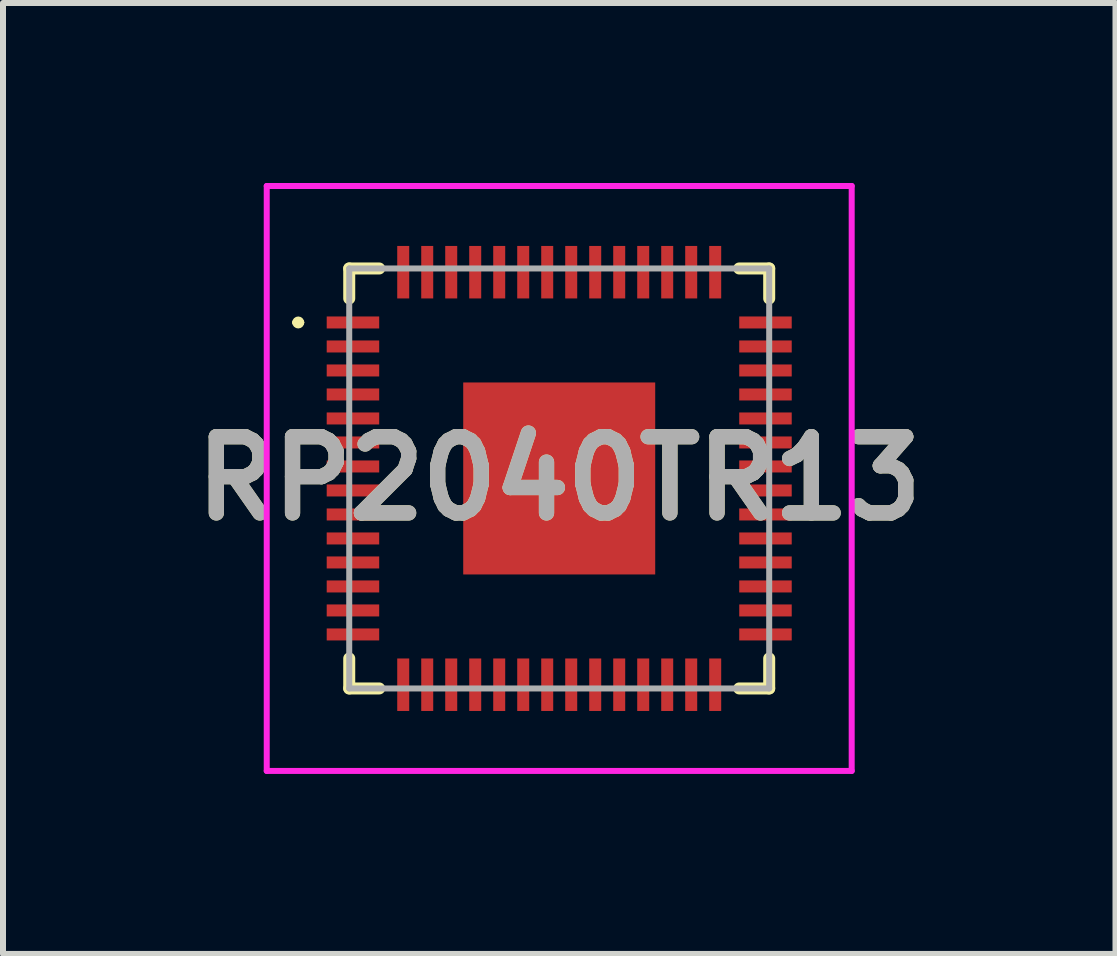
<source format=kicad_pcb>
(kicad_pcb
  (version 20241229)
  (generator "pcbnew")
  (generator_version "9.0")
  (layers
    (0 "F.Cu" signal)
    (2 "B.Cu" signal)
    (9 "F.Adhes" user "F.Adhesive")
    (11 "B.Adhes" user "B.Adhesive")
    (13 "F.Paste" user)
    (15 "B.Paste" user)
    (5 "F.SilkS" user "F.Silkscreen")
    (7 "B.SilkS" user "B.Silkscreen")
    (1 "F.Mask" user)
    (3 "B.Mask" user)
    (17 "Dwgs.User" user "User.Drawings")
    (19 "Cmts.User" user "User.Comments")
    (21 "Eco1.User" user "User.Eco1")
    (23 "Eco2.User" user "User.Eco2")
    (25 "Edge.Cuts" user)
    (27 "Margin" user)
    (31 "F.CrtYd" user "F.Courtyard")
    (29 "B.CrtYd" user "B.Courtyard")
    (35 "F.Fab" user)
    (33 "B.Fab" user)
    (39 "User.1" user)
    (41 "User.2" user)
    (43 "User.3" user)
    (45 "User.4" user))
  (footprint "RP2040TR13"
    (layer "F.Cu")
    (at 6.271 4.925)
    (property "Reference" "RP2040TR13" (at 0 0 0) (layer "F.SilkS") (effects (font (size 1.27 1.27) (thickness 0.254))))
    (attr smd)
    (fp_line (start -4.4 -2.6) (end -4.4 -2.6) (stroke (width 0.1) (type solid)) (layer "F.SilkS"))
    (fp_line (start -4.3 -2.6) (end -4.3 -2.6) (stroke (width 0.1) (type solid)) (layer "F.SilkS"))
    (fp_line (start -3.5 -3.5) (end -3.5 -3) (stroke (width 0.2) (type solid)) (layer "F.SilkS"))
    (fp_line (start -3.5 3) (end -3.5 3.5) (stroke (width 0.2) (type solid)) (layer "F.SilkS"))
    (fp_line (start -3.5 3.5) (end -3 3.5) (stroke (width 0.2) (type solid)) (layer "F.SilkS"))
    (fp_line (start -3 -3.5) (end -3.5 -3.5) (stroke (width 0.2) (type solid)) (layer "F.SilkS"))
    (fp_line (start 3 3.5) (end 3.5 3.5) (stroke (width 0.2) (type solid)) (layer "F.SilkS"))
    (fp_line (start 3.5 -3.5) (end 3 -3.5) (stroke (width 0.2) (type solid)) (layer "F.SilkS"))
    (fp_line (start 3.5 -3) (end 3.5 -3.5) (stroke (width 0.2) (type solid)) (layer "F.SilkS"))
    (fp_line (start 3.5 3.5) (end 3.5 3) (stroke (width 0.2) (type solid)) (layer "F.SilkS"))
    (fp_arc (start -4.4 -2.6) (mid -4.35 -2.65) (end -4.3 -2.6) (stroke (width 0.1) (type solid)) (layer "F.SilkS"))
    (fp_arc (start -4.3 -2.6) (mid -4.35 -2.55) (end -4.4 -2.6) (stroke (width 0.1) (type solid)) (layer "F.SilkS"))
    (fp_line (start -4.875 -4.875) (end 4.875 -4.875) (stroke (width 0.1) (type solid)) (layer "F.CrtYd"))
    (fp_line (start -4.875 4.875) (end -4.875 -4.875) (stroke (width 0.1) (type solid)) (layer "F.CrtYd"))
    (fp_line (start 4.875 -4.875) (end 4.875 4.875) (stroke (width 0.1) (type solid)) (layer "F.CrtYd"))
    (fp_line (start 4.875 4.875) (end -4.875 4.875) (stroke (width 0.1) (type solid)) (layer "F.CrtYd"))
    (fp_line (start -3.5 -3.5) (end 3.5 -3.5) (stroke (width 0.1) (type solid)) (layer "F.Fab"))
    (fp_line (start -3.5 3.5) (end -3.5 -3.5) (stroke (width 0.1) (type solid)) (layer "F.Fab"))
    (fp_line (start 3.5 -3.5) (end 3.5 3.5) (stroke (width 0.1) (type solid)) (layer "F.Fab"))
    (fp_line (start 3.5 3.5) (end -3.5 3.5) (stroke (width 0.1) (type solid)) (layer "F.Fab"))
    (fp_text user "${REFERENCE}" (at 0 0 0) (layer "F.Fab") (effects (font (size 1.27 1.27) (thickness 0.254))))
    (pad "1" smd rect (at -3.438 -2.6 90) (size 0.2 0.875) (layers "F.Cu" "F.Mask" "F.Paste"))
    (pad "2" smd rect (at -3.438 -2.2 90) (size 0.2 0.875) (layers "F.Cu" "F.Mask" "F.Paste"))
    (pad "3" smd rect (at -3.438 -1.8 90) (size 0.2 0.875) (layers "F.Cu" "F.Mask" "F.Paste"))
    (pad "4" smd rect (at -3.438 -1.4 90) (size 0.2 0.875) (layers "F.Cu" "F.Mask" "F.Paste"))
    (pad "5" smd rect (at -3.438 -1 90) (size 0.2 0.875) (layers "F.Cu" "F.Mask" "F.Paste"))
    (pad "6" smd rect (at -3.438 -0.6 90) (size 0.2 0.875) (layers "F.Cu" "F.Mask" "F.Paste"))
    (pad "7" smd rect (at -3.438 -0.2 90) (size 0.2 0.875) (layers "F.Cu" "F.Mask" "F.Paste"))
    (pad "8" smd rect (at -3.438 0.2 90) (size 0.2 0.875) (layers "F.Cu" "F.Mask" "F.Paste"))
    (pad "9" smd rect (at -3.438 0.6 90) (size 0.2 0.875) (layers "F.Cu" "F.Mask" "F.Paste"))
    (pad "10" smd rect (at -3.438 1 90) (size 0.2 0.875) (layers "F.Cu" "F.Mask" "F.Paste"))
    (pad "11" smd rect (at -3.438 1.4 90) (size 0.2 0.875) (layers "F.Cu" "F.Mask" "F.Paste"))
    (pad "12" smd rect (at -3.438 1.8 90) (size 0.2 0.875) (layers "F.Cu" "F.Mask" "F.Paste"))
    (pad "13" smd rect (at -3.438 2.2 90) (size 0.2 0.875) (layers "F.Cu" "F.Mask" "F.Paste"))
    (pad "14" smd rect (at -3.438 2.6 90) (size 0.2 0.875) (layers "F.Cu" "F.Mask" "F.Paste"))
    (pad "15" smd rect (at -2.6 3.438) (size 0.2 0.875) (layers "F.Cu" "F.Mask" "F.Paste"))
    (pad "16" smd rect (at -2.2 3.438) (size 0.2 0.875) (layers "F.Cu" "F.Mask" "F.Paste"))
    (pad "17" smd rect (at -1.8 3.438) (size 0.2 0.875) (layers "F.Cu" "F.Mask" "F.Paste"))
    (pad "18" smd rect (at -1.4 3.438) (size 0.2 0.875) (layers "F.Cu" "F.Mask" "F.Paste"))
    (pad "19" smd rect (at -1 3.438) (size 0.2 0.875) (layers "F.Cu" "F.Mask" "F.Paste"))
    (pad "20" smd rect (at -0.6 3.438) (size 0.2 0.875) (layers "F.Cu" "F.Mask" "F.Paste"))
    (pad "21" smd rect (at -0.2 3.438) (size 0.2 0.875) (layers "F.Cu" "F.Mask" "F.Paste"))
    (pad "22" smd rect (at 0.2 3.438) (size 0.2 0.875) (layers "F.Cu" "F.Mask" "F.Paste"))
    (pad "23" smd rect (at 0.6 3.438) (size 0.2 0.875) (layers "F.Cu" "F.Mask" "F.Paste"))
    (pad "24" smd rect (at 1 3.438) (size 0.2 0.875) (layers "F.Cu" "F.Mask" "F.Paste"))
    (pad "25" smd rect (at 1.4 3.438) (size 0.2 0.875) (layers "F.Cu" "F.Mask" "F.Paste"))
    (pad "26" smd rect (at 1.8 3.438) (size 0.2 0.875) (layers "F.Cu" "F.Mask" "F.Paste"))
    (pad "27" smd rect (at 2.2 3.438) (size 0.2 0.875) (layers "F.Cu" "F.Mask" "F.Paste"))
    (pad "28" smd rect (at 2.6 3.438) (size 0.2 0.875) (layers "F.Cu" "F.Mask" "F.Paste"))
    (pad "29" smd rect (at 3.438 2.6 90) (size 0.2 0.875) (layers "F.Cu" "F.Mask" "F.Paste"))
    (pad "30" smd rect (at 3.438 2.2 90) (size 0.2 0.875) (layers "F.Cu" "F.Mask" "F.Paste"))
    (pad "31" smd rect (at 3.438 1.8 90) (size 0.2 0.875) (layers "F.Cu" "F.Mask" "F.Paste"))
    (pad "32" smd rect (at 3.438 1.4 90) (size 0.2 0.875) (layers "F.Cu" "F.Mask" "F.Paste"))
    (pad "33" smd rect (at 3.438 1 90) (size 0.2 0.875) (layers "F.Cu" "F.Mask" "F.Paste"))
    (pad "34" smd rect (at 3.438 0.6 90) (size 0.2 0.875) (layers "F.Cu" "F.Mask" "F.Paste"))
    (pad "35" smd rect (at 3.438 0.2 90) (size 0.2 0.875) (layers "F.Cu" "F.Mask" "F.Paste"))
    (pad "36" smd rect (at 3.438 -0.2 90) (size 0.2 0.875) (layers "F.Cu" "F.Mask" "F.Paste"))
    (pad "37" smd rect (at 3.438 -0.6 90) (size 0.2 0.875) (layers "F.Cu" "F.Mask" "F.Paste"))
    (pad "38" smd rect (at 3.438 -1 90) (size 0.2 0.875) (layers "F.Cu" "F.Mask" "F.Paste"))
    (pad "39" smd rect (at 3.438 -1.4 90) (size 0.2 0.875) (layers "F.Cu" "F.Mask" "F.Paste"))
    (pad "40" smd rect (at 3.438 -1.8 90) (size 0.2 0.875) (layers "F.Cu" "F.Mask" "F.Paste"))
    (pad "41" smd rect (at 3.438 -2.2 90) (size 0.2 0.875) (layers "F.Cu" "F.Mask" "F.Paste"))
    (pad "42" smd rect (at 3.438 -2.6 90) (size 0.2 0.875) (layers "F.Cu" "F.Mask" "F.Paste"))
    (pad "43" smd rect (at 2.6 -3.438) (size 0.2 0.875) (layers "F.Cu" "F.Mask" "F.Paste"))
    (pad "44" smd rect (at 2.2 -3.438) (size 0.2 0.875) (layers "F.Cu" "F.Mask" "F.Paste"))
    (pad "45" smd rect (at 1.8 -3.438) (size 0.2 0.875) (layers "F.Cu" "F.Mask" "F.Paste"))
    (pad "46" smd rect (at 1.4 -3.438) (size 0.2 0.875) (layers "F.Cu" "F.Mask" "F.Paste"))
    (pad "47" smd rect (at 1 -3.438) (size 0.2 0.875) (layers "F.Cu" "F.Mask" "F.Paste"))
    (pad "48" smd rect (at 0.6 -3.438) (size 0.2 0.875) (layers "F.Cu" "F.Mask" "F.Paste"))
    (pad "49" smd rect (at 0.2 -3.438) (size 0.2 0.875) (layers "F.Cu" "F.Mask" "F.Paste"))
    (pad "50" smd rect (at -0.2 -3.438) (size 0.2 0.875) (layers "F.Cu" "F.Mask" "F.Paste"))
    (pad "51" smd rect (at -0.6 -3.438) (size 0.2 0.875) (layers "F.Cu" "F.Mask" "F.Paste"))
    (pad "52" smd rect (at -1 -3.438) (size 0.2 0.875) (layers "F.Cu" "F.Mask" "F.Paste"))
    (pad "53" smd rect (at -1.4 -3.438) (size 0.2 0.875) (layers "F.Cu" "F.Mask" "F.Paste"))
    (pad "54" smd rect (at -1.8 -3.438) (size 0.2 0.875) (layers "F.Cu" "F.Mask" "F.Paste"))
    (pad "55" smd rect (at -2.2 -3.438) (size 0.2 0.875) (layers "F.Cu" "F.Mask" "F.Paste"))
    (pad "56" smd rect (at -2.6 -3.438) (size 0.2 0.875) (layers "F.Cu" "F.Mask" "F.Paste"))
    (pad "57" smd rect (at 0 0) (size 3.2 3.2) (layers "F.Cu" "F.Mask" "F.Paste")))
  (gr_rect
    (start -3 -3)
    (end 15.543 12.85)
    (stroke (width 0.1) (type default))
    (fill no)
    (layer "Edge.Cuts")))
</source>
